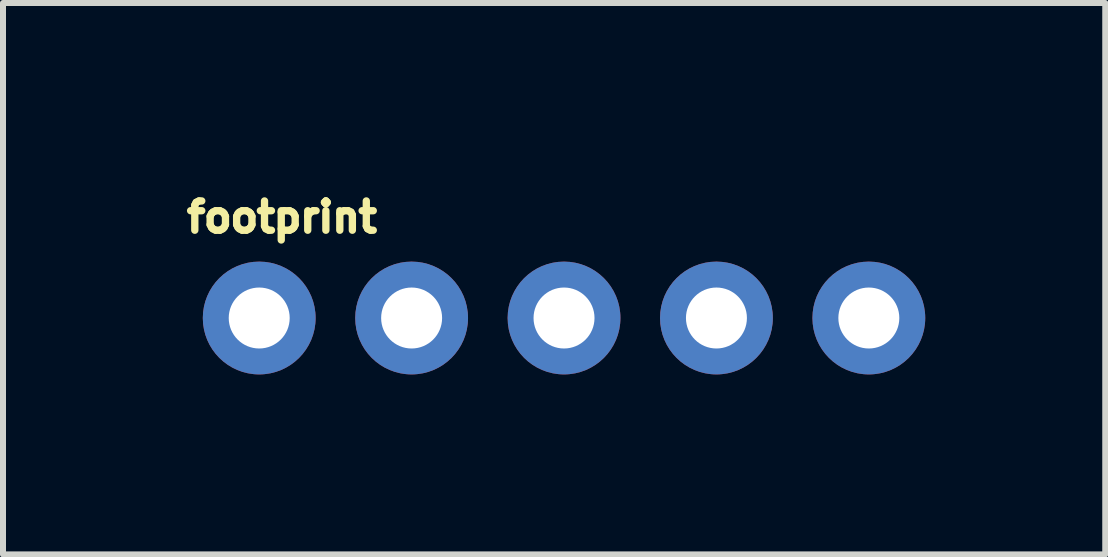
<source format=kicad_pcb>
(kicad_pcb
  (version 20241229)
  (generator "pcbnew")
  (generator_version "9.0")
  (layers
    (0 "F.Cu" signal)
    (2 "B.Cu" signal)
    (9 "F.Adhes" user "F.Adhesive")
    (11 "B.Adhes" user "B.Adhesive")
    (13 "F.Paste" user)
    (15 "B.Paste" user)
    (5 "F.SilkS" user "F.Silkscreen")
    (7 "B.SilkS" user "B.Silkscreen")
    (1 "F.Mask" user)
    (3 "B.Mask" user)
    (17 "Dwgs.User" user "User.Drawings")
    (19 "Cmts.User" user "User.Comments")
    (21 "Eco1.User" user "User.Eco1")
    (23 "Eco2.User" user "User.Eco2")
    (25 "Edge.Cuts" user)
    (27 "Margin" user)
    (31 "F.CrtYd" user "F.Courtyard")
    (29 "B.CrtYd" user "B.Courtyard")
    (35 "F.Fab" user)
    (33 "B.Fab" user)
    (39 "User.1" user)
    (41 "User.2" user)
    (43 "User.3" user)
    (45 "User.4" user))
  (footprint "footprint"
    (layer "F.Cu")
    (at 1.27 2.25)
    (property "Reference" "footprint" (at -1.27 -1.397 0) (layer "F.SilkS") (effects (font (size 0.488 0.488) (thickness 0.122)) (justify left bottom)))
    (fp_poly (pts (xy -0.254 0.254) (xy 0.254 0.254) (xy 0.254 -0.254) (xy -0.254 -0.254)) (stroke (width 0.1) (type solid)) (fill no) (layer "F.Fab"))
    (fp_poly (pts (xy 2.286 0.254) (xy 2.794 0.254) (xy 2.794 -0.254) (xy 2.286 -0.254)) (stroke (width 0.1) (type solid)) (fill no) (layer "F.Fab"))
    (fp_poly (pts (xy 4.826 0.254) (xy 5.334 0.254) (xy 5.334 -0.254) (xy 4.826 -0.254)) (stroke (width 0.1) (type solid)) (fill no) (layer "F.Fab"))
    (fp_poly (pts (xy 7.366 0.254) (xy 7.874 0.254) (xy 7.874 -0.254) (xy 7.366 -0.254)) (stroke (width 0.1) (type solid)) (fill no) (layer "F.Fab"))
    (fp_poly (pts (xy 9.906 0.254) (xy 10.414 0.254) (xy 10.414 -0.254) (xy 9.906 -0.254)) (stroke (width 0.1) (type solid)) (fill no) (layer "F.Fab"))
    (pad "1" thru_hole circle (at 0 0 90) (size 1.88 1.88) (drill 1.016) (layers "*.Cu" "*.Mask"))
    (pad "2" thru_hole circle (at 2.54 0 90) (size 1.88 1.88) (drill 1.016) (layers "*.Cu" "*.Mask"))
    (pad "3" thru_hole circle (at 5.08 0 90) (size 1.88 1.88) (drill 1.016) (layers "*.Cu" "*.Mask"))
    (pad "4" thru_hole circle (at 7.62 0 90) (size 1.88 1.88) (drill 1.016) (layers "*.Cu" "*.Mask"))
    (pad "5" thru_hole circle (at 10.16 0 90) (size 1.88 1.88) (drill 1.016) (layers "*.Cu" "*.Mask")))
  (gr_rect
    (start -3 -3)
    (end 15.37 6.19)
    (stroke (width 0.1) (type default))
    (fill no)
    (layer "Edge.Cuts")))
</source>
